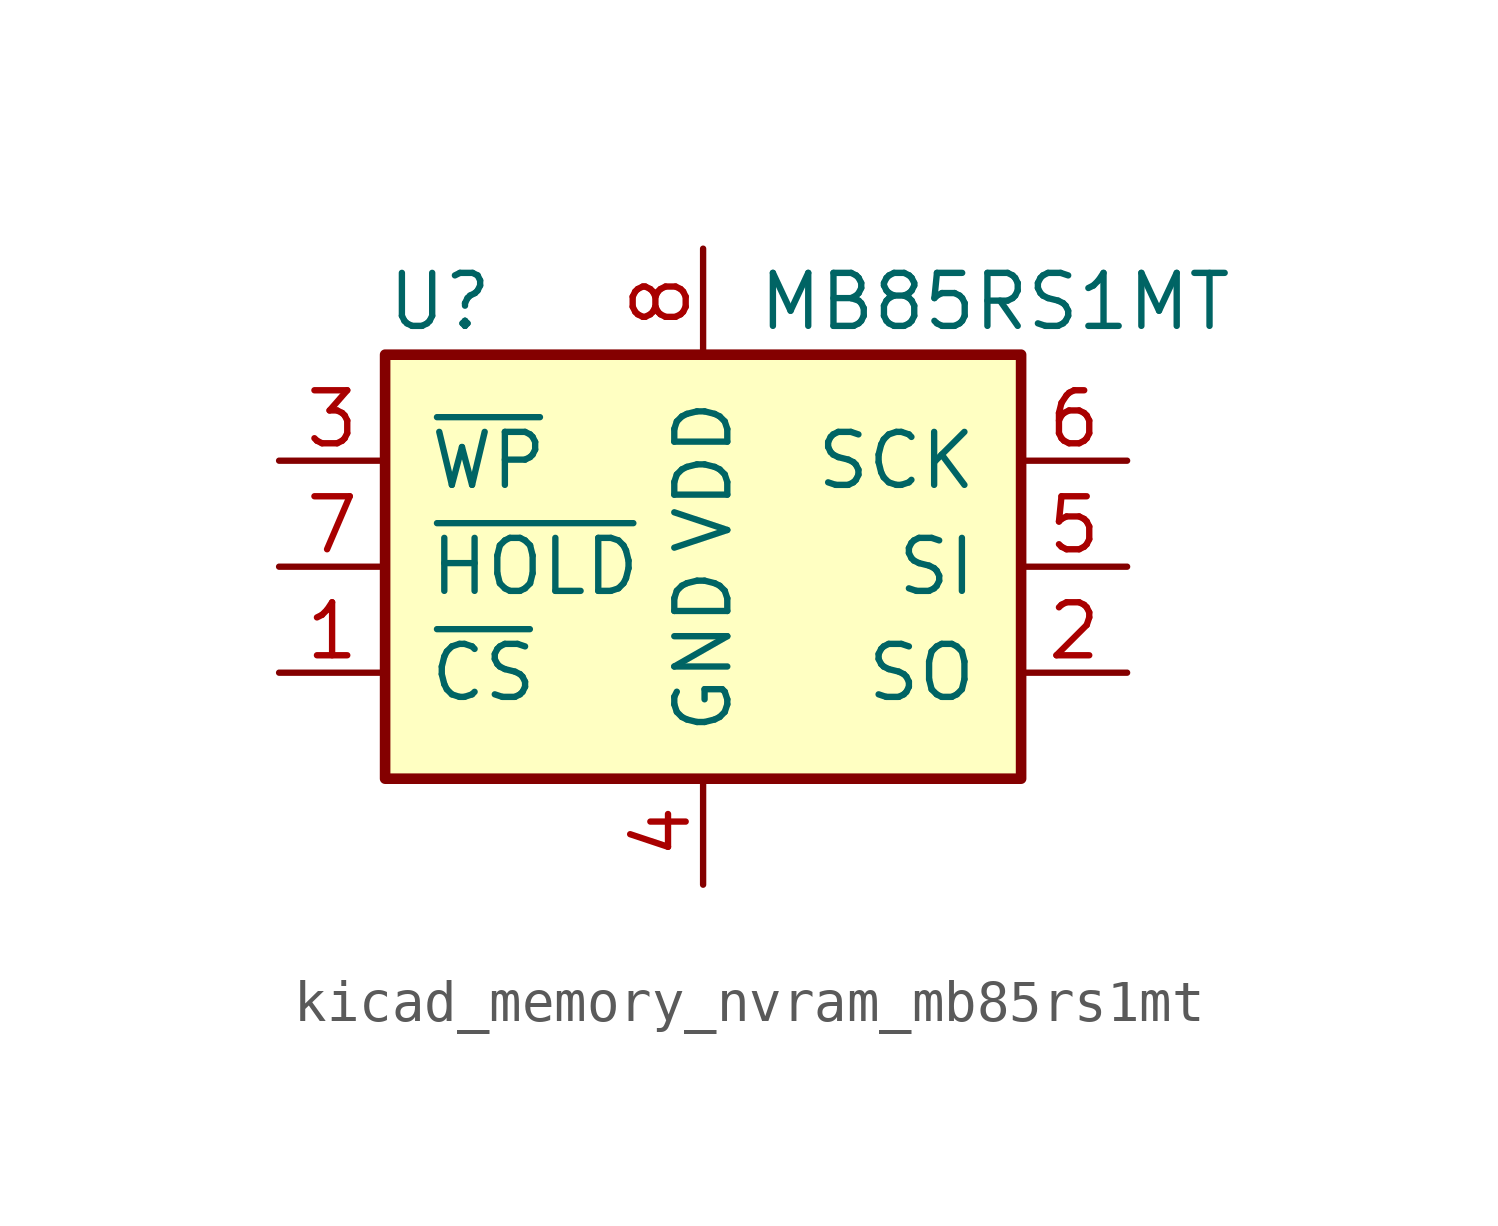
<source format=kicad_sym>
(kicad_symbol_lib
  (version 20220914)
  (generator kicad_symbol_editor)
  (symbol "kicad_memory_nvram_mb85rs1mt"
    (pin_names
      (offset 1.016))
    (property "Reference" "U"
      (at -7.62 6.35 0)
      (effects (font (size 1.27 1.27)) (justify left)))
    (property "Value" "MB85RS1MT"
      (at 1.27 6.35 0)
      (effects (font (size 1.27 1.27)) (justify left)))
    (symbol "kicad_memory_nvram_mb85rs1mt_0_1"
      (rectangle (start -7.62 5.08) (end 7.62 -5.08) (stroke (width 0.254) (type default)) (fill (type background))))
    (symbol "kicad_memory_nvram_mb85rs1mt_1_1"
      (pin input line (at -10.16 -2.54 0) (length 2.54) (name "~{CS}" (effects (font (size 1.27 1.27)))) (number "1" (effects (font (size 1.27 1.27)))))
      (pin output line (at 10.16 -2.54 180) (length 2.54) (name "SO" (effects (font (size 1.27 1.27)))) (number "2" (effects (font (size 1.27 1.27)))))
      (pin input line (at -10.16 2.54 0) (length 2.54) (name "~{WP}" (effects (font (size 1.27 1.27)))) (number "3" (effects (font (size 1.27 1.27)))))
      (pin power_in line (at 0 -7.62 90) (length 2.54) (name "GND" (effects (font (size 1.27 1.27)))) (number "4" (effects (font (size 1.27 1.27)))))
      (pin input line (at 10.16 0 180) (length 2.54) (name "SI" (effects (font (size 1.27 1.27)))) (number "5" (effects (font (size 1.27 1.27)))))
      (pin input line (at 10.16 2.54 180) (length 2.54) (name "SCK" (effects (font (size 1.27 1.27)))) (number "6" (effects (font (size 1.27 1.27)))))
      (pin input line (at -10.16 0 0) (length 2.54) (name "~{HOLD}" (effects (font (size 1.27 1.27)))) (number "7" (effects (font (size 1.27 1.27)))))
      (pin power_in line (at 0 7.62 270) (length 2.54) (name "VDD" (effects (font (size 1.27 1.27)))) (number "8" (effects (font (size 1.27 1.27))))))))
</source>
